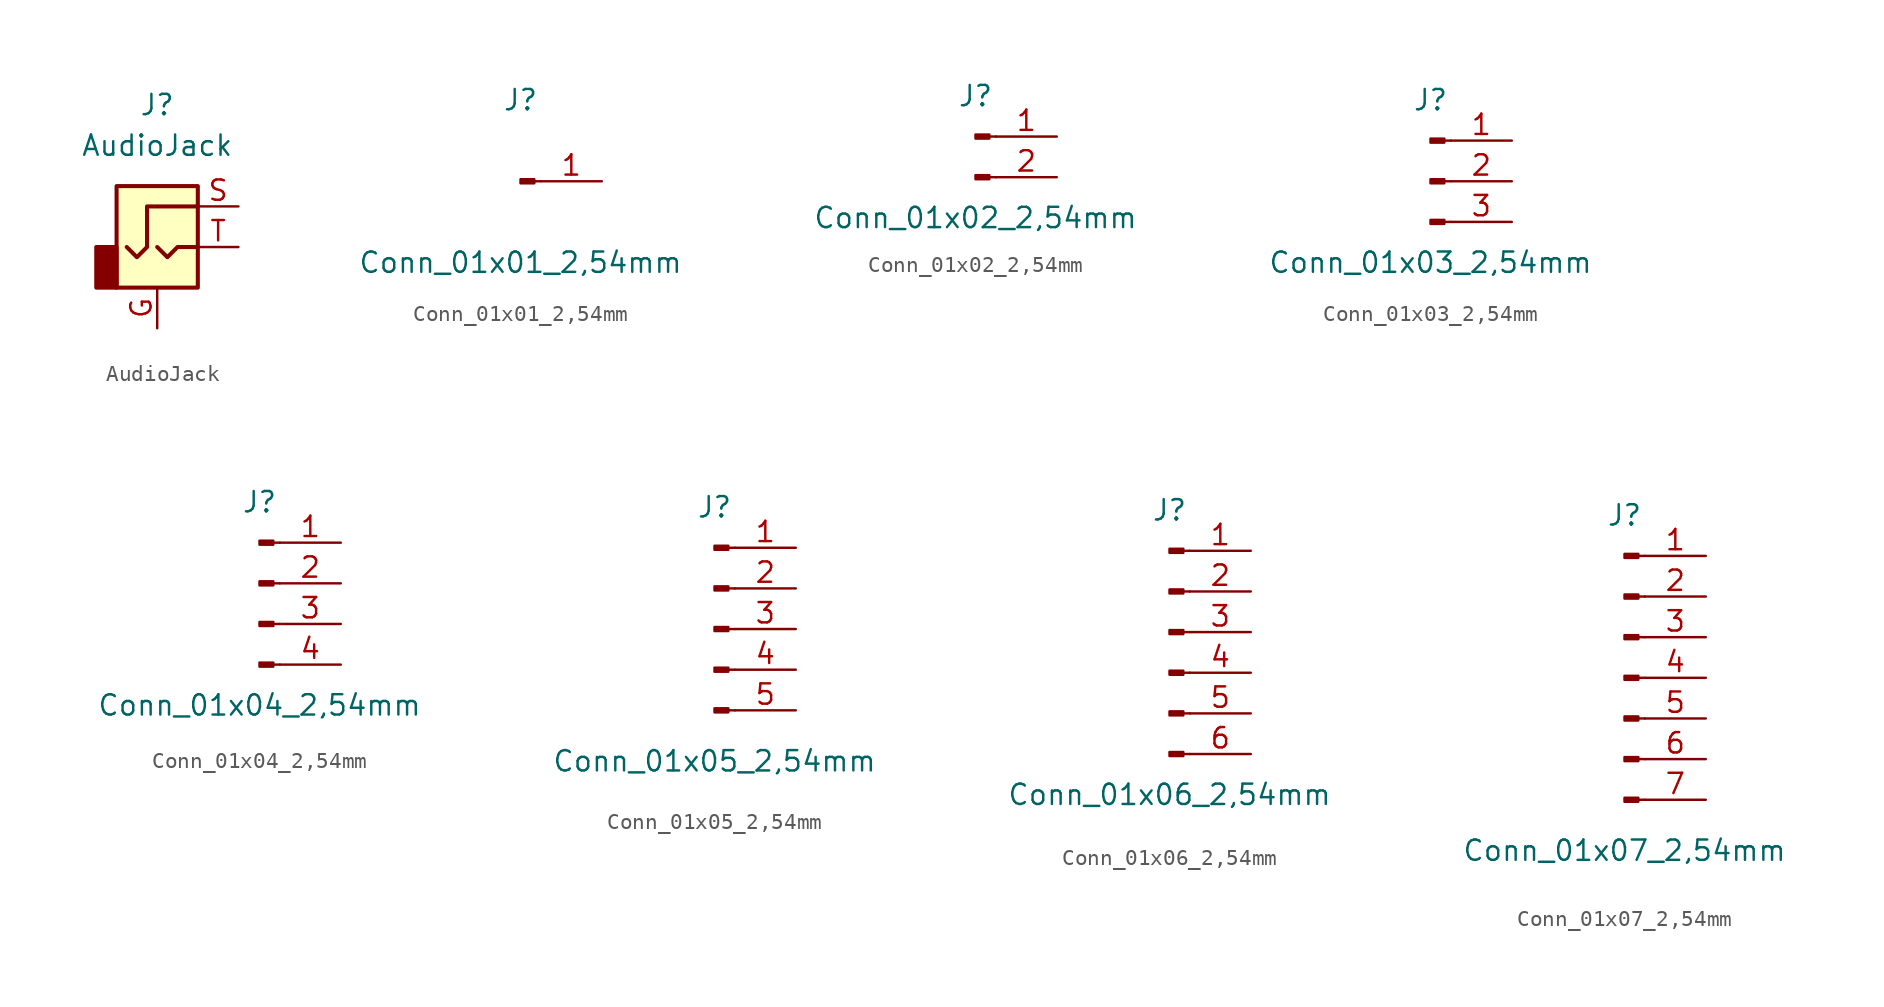
<source format=kicad_sym>
(kicad_symbol_lib
  (version 20211014)
  (generator kicad_symbol_editor)
  (symbol "AudioJack"
    (property "Reference" "J"
      (at 0 8.89 0)
      (effects (font (size 1.27 1.27))))
    (property "Value" "AudioJack"
      (at 0 6.35 0)
      (effects (font (size 1.27 1.27))))
    (symbol "AudioJack_0_1"
      (rectangle (start -2.54 -2.54) (end -3.81 0) (stroke (width 0.254) (type default) (color 0 0 0 0)) (fill (type outline)))
      (polyline (pts (xy 0 0) (xy 0.635 -0.635) (xy 1.27 0) (xy 2.54 0)) (stroke (width 0.254) (type default) (color 0 0 0 0)) (fill (type none)))
      (polyline (pts (xy 2.54 2.54) (xy -0.635 2.54) (xy -0.635 0) (xy -1.27 -0.635) (xy -1.905 0)) (stroke (width 0.254) (type default) (color 0 0 0 0)) (fill (type none)))
      (rectangle (start 2.54 3.81) (end -2.54 -2.54) (stroke (width 0.254) (type default) (color 0 0 0 0)) (fill (type background))))
    (symbol "AudioJack_1_1"
      (pin passive line (at 0 -5.08 90) (length 2.54) (name "~" (effects (font (size 1.27 1.27)))) (number "G" (effects (font (size 1.27 1.27)))))
      (pin passive line (at 5.08 2.54 180) (length 2.54) (name "~" (effects (font (size 1.27 1.27)))) (number "S" (effects (font (size 1.27 1.27)))))
      (pin passive line (at 5.08 0 180) (length 2.54) (name "~" (effects (font (size 1.27 1.27)))) (number "T" (effects (font (size 1.27 1.27)))))))
  (symbol "Conn_01x01_2,54mm"
    (pin_names
      (offset 1.016) hide)
    (property "Reference" "J"
      (at 0 5.08 0)
      (effects (font (size 1.27 1.27))))
    (property "Value" "Conn_01x01_2,54mm"
      (at 0 -5.08 0)
      (effects (font (size 1.27 1.27))))
    (symbol "Conn_01x01_2,54mm_1_1"
      (polyline (pts (xy 1.27 0) (xy 0.864 0)) (stroke (width 0.152) (type default) (color 0 0 0 0)) (fill (type none)))
      (rectangle (start 0.864 0.127) (end 0 -0.127) (stroke (width 0.152) (type default) (color 0 0 0 0)) (fill (type outline)))
      (pin passive line (at 5.08 0 180) (length 3.81) (name "Pin_1" (effects (font (size 1.27 1.27)))) (number "1" (effects (font (size 1.27 1.27)))))))
  (symbol "Conn_01x02_2,54mm"
    (pin_names
      (offset 1.016) hide)
    (property "Reference" "J"
      (at 0 5.08 0)
      (effects (font (size 1.27 1.27))))
    (property "Value" "Conn_01x02_2,54mm"
      (at 0 -2.54 0)
      (effects (font (size 1.27 1.27))))
    (symbol "Conn_01x02_2,54mm_1_1"
      (polyline (pts (xy 1.27 0) (xy 0.864 0)) (stroke (width 0.152) (type default) (color 0 0 0 0)) (fill (type none)))
      (polyline (pts (xy 1.27 2.54) (xy 0.864 2.54)) (stroke (width 0.152) (type default) (color 0 0 0 0)) (fill (type none)))
      (rectangle (start 0.864 0.127) (end 0 -0.127) (stroke (width 0.152) (type default) (color 0 0 0 0)) (fill (type outline)))
      (rectangle (start 0.864 2.667) (end 0 2.413) (stroke (width 0.152) (type default) (color 0 0 0 0)) (fill (type outline)))
      (pin passive line (at 5.08 2.54 180) (length 3.81) (name "Pin_1" (effects (font (size 1.27 1.27)))) (number "1" (effects (font (size 1.27 1.27)))))
      (pin passive line (at 5.08 0 180) (length 3.81) (name "Pin_2" (effects (font (size 1.27 1.27)))) (number "2" (effects (font (size 1.27 1.27)))))))
  (symbol "Conn_01x03_2,54mm"
    (pin_names
      (offset 1.016) hide)
    (property "Reference" "J"
      (at 0 5.08 0)
      (effects (font (size 1.27 1.27))))
    (property "Value" "Conn_01x03_2,54mm"
      (at 0 -5.08 0)
      (effects (font (size 1.27 1.27))))
    (symbol "Conn_01x03_2,54mm_1_1"
      (polyline (pts (xy 1.27 -2.54) (xy 0.864 -2.54)) (stroke (width 0.152) (type default) (color 0 0 0 0)) (fill (type none)))
      (polyline (pts (xy 1.27 0) (xy 0.864 0)) (stroke (width 0.152) (type default) (color 0 0 0 0)) (fill (type none)))
      (polyline (pts (xy 1.27 2.54) (xy 0.864 2.54)) (stroke (width 0.152) (type default) (color 0 0 0 0)) (fill (type none)))
      (rectangle (start 0.864 -2.413) (end 0 -2.667) (stroke (width 0.152) (type default) (color 0 0 0 0)) (fill (type outline)))
      (rectangle (start 0.864 0.127) (end 0 -0.127) (stroke (width 0.152) (type default) (color 0 0 0 0)) (fill (type outline)))
      (rectangle (start 0.864 2.667) (end 0 2.413) (stroke (width 0.152) (type default) (color 0 0 0 0)) (fill (type outline)))
      (pin passive line (at 5.08 2.54 180) (length 3.81) (name "Pin_1" (effects (font (size 1.27 1.27)))) (number "1" (effects (font (size 1.27 1.27)))))
      (pin passive line (at 5.08 0 180) (length 3.81) (name "Pin_2" (effects (font (size 1.27 1.27)))) (number "2" (effects (font (size 1.27 1.27)))))
      (pin passive line (at 5.08 -2.54 180) (length 3.81) (name "Pin_3" (effects (font (size 1.27 1.27)))) (number "3" (effects (font (size 1.27 1.27)))))))
  (symbol "Conn_01x04_2,54mm"
    (pin_names
      (offset 1.016) hide)
    (property "Reference" "J"
      (at 0 5.08 0)
      (effects (font (size 1.27 1.27))))
    (property "Value" "Conn_01x04_2,54mm"
      (at 0 -7.62 0)
      (effects (font (size 1.27 1.27))))
    (symbol "Conn_01x04_2,54mm_1_1"
      (polyline (pts (xy 1.27 -5.08) (xy 0.864 -5.08)) (stroke (width 0.152) (type default) (color 0 0 0 0)) (fill (type none)))
      (polyline (pts (xy 1.27 -2.54) (xy 0.864 -2.54)) (stroke (width 0.152) (type default) (color 0 0 0 0)) (fill (type none)))
      (polyline (pts (xy 1.27 0) (xy 0.864 0)) (stroke (width 0.152) (type default) (color 0 0 0 0)) (fill (type none)))
      (polyline (pts (xy 1.27 2.54) (xy 0.864 2.54)) (stroke (width 0.152) (type default) (color 0 0 0 0)) (fill (type none)))
      (rectangle (start 0.864 -4.953) (end 0 -5.207) (stroke (width 0.152) (type default) (color 0 0 0 0)) (fill (type outline)))
      (rectangle (start 0.864 -2.413) (end 0 -2.667) (stroke (width 0.152) (type default) (color 0 0 0 0)) (fill (type outline)))
      (rectangle (start 0.864 0.127) (end 0 -0.127) (stroke (width 0.152) (type default) (color 0 0 0 0)) (fill (type outline)))
      (rectangle (start 0.864 2.667) (end 0 2.413) (stroke (width 0.152) (type default) (color 0 0 0 0)) (fill (type outline)))
      (pin passive line (at 5.08 2.54 180) (length 3.81) (name "Pin_1" (effects (font (size 1.27 1.27)))) (number "1" (effects (font (size 1.27 1.27)))))
      (pin passive line (at 5.08 0 180) (length 3.81) (name "Pin_2" (effects (font (size 1.27 1.27)))) (number "2" (effects (font (size 1.27 1.27)))))
      (pin passive line (at 5.08 -2.54 180) (length 3.81) (name "Pin_3" (effects (font (size 1.27 1.27)))) (number "3" (effects (font (size 1.27 1.27)))))
      (pin passive line (at 5.08 -5.08 180) (length 3.81) (name "Pin_4" (effects (font (size 1.27 1.27)))) (number "4" (effects (font (size 1.27 1.27)))))))
  (symbol "Conn_01x05_2,54mm"
    (pin_names
      (offset 1.016) hide)
    (property "Reference" "J"
      (at 0 7.62 0)
      (effects (font (size 1.27 1.27))))
    (property "Value" "Conn_01x05_2,54mm"
      (at 0 -8.255 0)
      (effects (font (size 1.27 1.27))))
    (symbol "Conn_01x05_2,54mm_1_1"
      (polyline (pts (xy 1.27 -5.08) (xy 0.864 -5.08)) (stroke (width 0.152) (type default) (color 0 0 0 0)) (fill (type none)))
      (polyline (pts (xy 1.27 -2.54) (xy 0.864 -2.54)) (stroke (width 0.152) (type default) (color 0 0 0 0)) (fill (type none)))
      (polyline (pts (xy 1.27 0) (xy 0.864 0)) (stroke (width 0.152) (type default) (color 0 0 0 0)) (fill (type none)))
      (polyline (pts (xy 1.27 2.54) (xy 0.864 2.54)) (stroke (width 0.152) (type default) (color 0 0 0 0)) (fill (type none)))
      (polyline (pts (xy 1.27 5.08) (xy 0.864 5.08)) (stroke (width 0.152) (type default) (color 0 0 0 0)) (fill (type none)))
      (rectangle (start 0.864 -4.953) (end 0 -5.207) (stroke (width 0.152) (type default) (color 0 0 0 0)) (fill (type outline)))
      (rectangle (start 0.864 -2.413) (end 0 -2.667) (stroke (width 0.152) (type default) (color 0 0 0 0)) (fill (type outline)))
      (rectangle (start 0.864 0.127) (end 0 -0.127) (stroke (width 0.152) (type default) (color 0 0 0 0)) (fill (type outline)))
      (rectangle (start 0.864 2.667) (end 0 2.413) (stroke (width 0.152) (type default) (color 0 0 0 0)) (fill (type outline)))
      (rectangle (start 0.864 5.207) (end 0 4.953) (stroke (width 0.152) (type default) (color 0 0 0 0)) (fill (type outline)))
      (pin passive line (at 5.08 5.08 180) (length 3.81) (name "Pin_1" (effects (font (size 1.27 1.27)))) (number "1" (effects (font (size 1.27 1.27)))))
      (pin passive line (at 5.08 2.54 180) (length 3.81) (name "Pin_2" (effects (font (size 1.27 1.27)))) (number "2" (effects (font (size 1.27 1.27)))))
      (pin passive line (at 5.08 0 180) (length 3.81) (name "Pin_3" (effects (font (size 1.27 1.27)))) (number "3" (effects (font (size 1.27 1.27)))))
      (pin passive line (at 5.08 -2.54 180) (length 3.81) (name "Pin_4" (effects (font (size 1.27 1.27)))) (number "4" (effects (font (size 1.27 1.27)))))
      (pin passive line (at 5.08 -5.08 180) (length 3.81) (name "Pin_5" (effects (font (size 1.27 1.27)))) (number "5" (effects (font (size 1.27 1.27)))))))
  (symbol "Conn_01x06_2,54mm"
    (pin_names
      (offset 1.016) hide)
    (property "Reference" "J"
      (at 0 7.62 0)
      (effects (font (size 1.27 1.27))))
    (property "Value" "Conn_01x06_2,54mm"
      (at 0 -10.16 0)
      (effects (font (size 1.27 1.27))))
    (symbol "Conn_01x06_2,54mm_1_1"
      (polyline (pts (xy 1.27 -7.62) (xy 0.864 -7.62)) (stroke (width 0.152) (type default) (color 0 0 0 0)) (fill (type none)))
      (polyline (pts (xy 1.27 -5.08) (xy 0.864 -5.08)) (stroke (width 0.152) (type default) (color 0 0 0 0)) (fill (type none)))
      (polyline (pts (xy 1.27 -2.54) (xy 0.864 -2.54)) (stroke (width 0.152) (type default) (color 0 0 0 0)) (fill (type none)))
      (polyline (pts (xy 1.27 0) (xy 0.864 0)) (stroke (width 0.152) (type default) (color 0 0 0 0)) (fill (type none)))
      (polyline (pts (xy 1.27 2.54) (xy 0.864 2.54)) (stroke (width 0.152) (type default) (color 0 0 0 0)) (fill (type none)))
      (polyline (pts (xy 1.27 5.08) (xy 0.864 5.08)) (stroke (width 0.152) (type default) (color 0 0 0 0)) (fill (type none)))
      (rectangle (start 0.864 -7.493) (end 0 -7.747) (stroke (width 0.152) (type default) (color 0 0 0 0)) (fill (type outline)))
      (rectangle (start 0.864 -4.953) (end 0 -5.207) (stroke (width 0.152) (type default) (color 0 0 0 0)) (fill (type outline)))
      (rectangle (start 0.864 -2.413) (end 0 -2.667) (stroke (width 0.152) (type default) (color 0 0 0 0)) (fill (type outline)))
      (rectangle (start 0.864 0.127) (end 0 -0.127) (stroke (width 0.152) (type default) (color 0 0 0 0)) (fill (type outline)))
      (rectangle (start 0.864 2.667) (end 0 2.413) (stroke (width 0.152) (type default) (color 0 0 0 0)) (fill (type outline)))
      (rectangle (start 0.864 5.207) (end 0 4.953) (stroke (width 0.152) (type default) (color 0 0 0 0)) (fill (type outline)))
      (pin passive line (at 5.08 5.08 180) (length 3.81) (name "Pin_1" (effects (font (size 1.27 1.27)))) (number "1" (effects (font (size 1.27 1.27)))))
      (pin passive line (at 5.08 2.54 180) (length 3.81) (name "Pin_2" (effects (font (size 1.27 1.27)))) (number "2" (effects (font (size 1.27 1.27)))))
      (pin passive line (at 5.08 0 180) (length 3.81) (name "Pin_3" (effects (font (size 1.27 1.27)))) (number "3" (effects (font (size 1.27 1.27)))))
      (pin passive line (at 5.08 -2.54 180) (length 3.81) (name "Pin_4" (effects (font (size 1.27 1.27)))) (number "4" (effects (font (size 1.27 1.27)))))
      (pin passive line (at 5.08 -5.08 180) (length 3.81) (name "Pin_5" (effects (font (size 1.27 1.27)))) (number "5" (effects (font (size 1.27 1.27)))))
      (pin passive line (at 5.08 -7.62 180) (length 3.81) (name "Pin_6" (effects (font (size 1.27 1.27)))) (number "6" (effects (font (size 1.27 1.27)))))))
  (symbol "Conn_01x07_2,54mm"
    (pin_names
      (offset 1.016) hide)
    (property "Reference" "J"
      (at 0 12.7 0)
      (effects (font (size 1.27 1.27))))
    (property "Value" "Conn_01x07_2,54mm"
      (at 0 -8.255 0)
      (effects (font (size 1.27 1.27))))
    (symbol "Conn_01x07_2,54mm_1_1"
      (polyline (pts (xy 1.27 -5.08) (xy 0.864 -5.08)) (stroke (width 0.152) (type default) (color 0 0 0 0)) (fill (type none)))
      (polyline (pts (xy 1.27 -2.54) (xy 0.864 -2.54)) (stroke (width 0.152) (type default) (color 0 0 0 0)) (fill (type none)))
      (polyline (pts (xy 1.27 0) (xy 0.864 0)) (stroke (width 0.152) (type default) (color 0 0 0 0)) (fill (type none)))
      (polyline (pts (xy 1.27 2.54) (xy 0.864 2.54)) (stroke (width 0.152) (type default) (color 0 0 0 0)) (fill (type none)))
      (polyline (pts (xy 1.27 5.08) (xy 0.864 5.08)) (stroke (width 0.152) (type default) (color 0 0 0 0)) (fill (type none)))
      (polyline (pts (xy 1.27 7.62) (xy 0.864 7.62)) (stroke (width 0.152) (type default) (color 0 0 0 0)) (fill (type none)))
      (polyline (pts (xy 1.27 10.16) (xy 0.864 10.16)) (stroke (width 0.152) (type default) (color 0 0 0 0)) (fill (type none)))
      (rectangle (start 0.864 -4.953) (end 0 -5.207) (stroke (width 0.152) (type default) (color 0 0 0 0)) (fill (type outline)))
      (rectangle (start 0.864 -2.413) (end 0 -2.667) (stroke (width 0.152) (type default) (color 0 0 0 0)) (fill (type outline)))
      (rectangle (start 0.864 0.127) (end 0 -0.127) (stroke (width 0.152) (type default) (color 0 0 0 0)) (fill (type outline)))
      (rectangle (start 0.864 2.667) (end 0 2.413) (stroke (width 0.152) (type default) (color 0 0 0 0)) (fill (type outline)))
      (rectangle (start 0.864 5.207) (end 0 4.953) (stroke (width 0.152) (type default) (color 0 0 0 0)) (fill (type outline)))
      (rectangle (start 0.864 7.747) (end 0 7.493) (stroke (width 0.152) (type default) (color 0 0 0 0)) (fill (type outline)))
      (rectangle (start 0.864 10.287) (end 0 10.033) (stroke (width 0.152) (type default) (color 0 0 0 0)) (fill (type outline)))
      (pin passive line (at 5.08 10.16 180) (length 3.81) (name "Pin_1" (effects (font (size 1.27 1.27)))) (number "1" (effects (font (size 1.27 1.27)))))
      (pin passive line (at 5.08 7.62 180) (length 3.81) (name "Pin_2" (effects (font (size 1.27 1.27)))) (number "2" (effects (font (size 1.27 1.27)))))
      (pin passive line (at 5.08 5.08 180) (length 3.81) (name "Pin_3" (effects (font (size 1.27 1.27)))) (number "3" (effects (font (size 1.27 1.27)))))
      (pin passive line (at 5.08 2.54 180) (length 3.81) (name "Pin_4" (effects (font (size 1.27 1.27)))) (number "4" (effects (font (size 1.27 1.27)))))
      (pin passive line (at 5.08 0 180) (length 3.81) (name "Pin_5" (effects (font (size 1.27 1.27)))) (number "5" (effects (font (size 1.27 1.27)))))
      (pin passive line (at 5.08 -2.54 180) (length 3.81) (name "Pin_6" (effects (font (size 1.27 1.27)))) (number "6" (effects (font (size 1.27 1.27)))))
      (pin passive line (at 5.08 -5.08 180) (length 3.81) (name "Pin_7" (effects (font (size 1.27 1.27)))) (number "7" (effects (font (size 1.27 1.27))))))))
</source>
